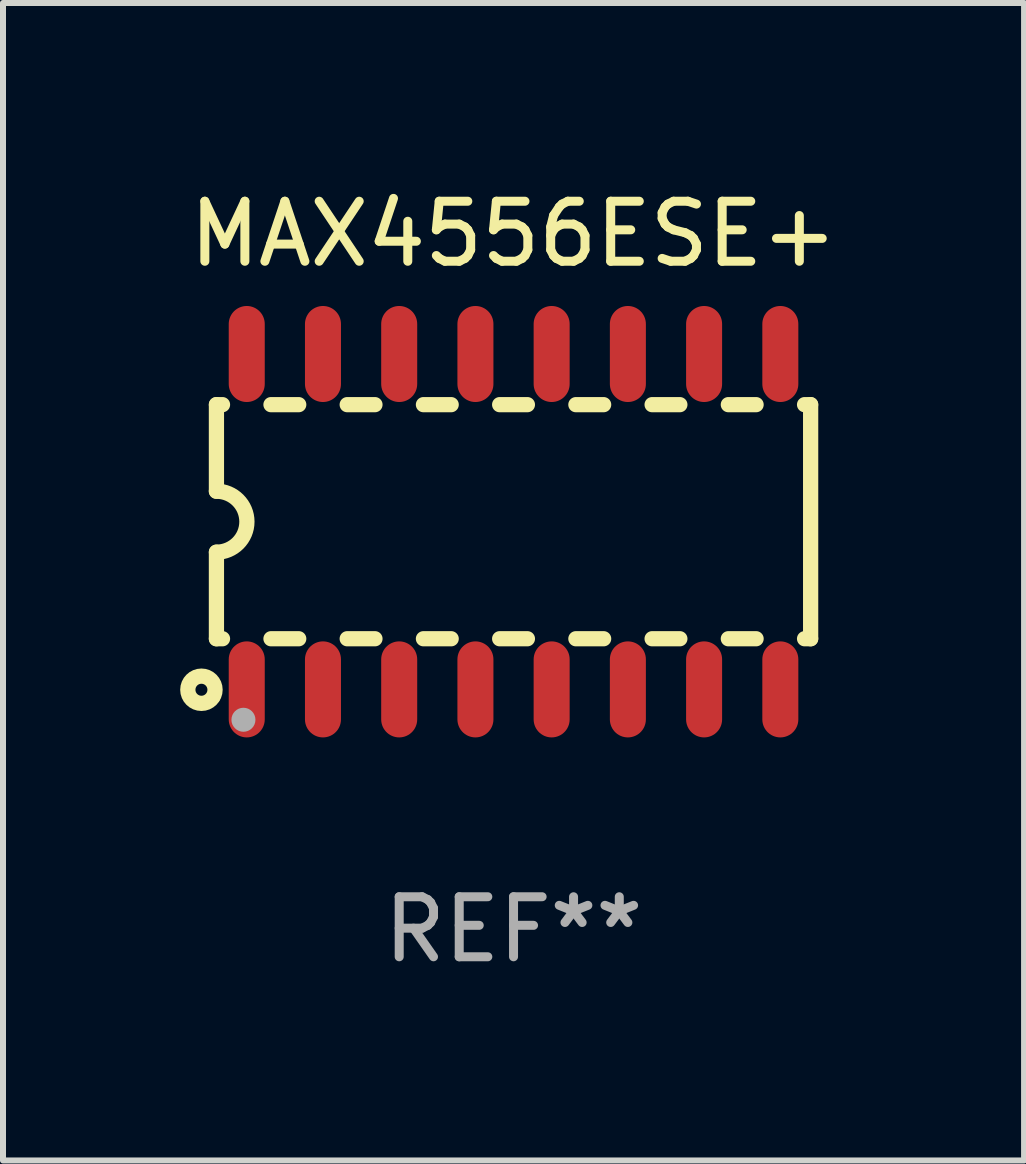
<source format=kicad_pcb>
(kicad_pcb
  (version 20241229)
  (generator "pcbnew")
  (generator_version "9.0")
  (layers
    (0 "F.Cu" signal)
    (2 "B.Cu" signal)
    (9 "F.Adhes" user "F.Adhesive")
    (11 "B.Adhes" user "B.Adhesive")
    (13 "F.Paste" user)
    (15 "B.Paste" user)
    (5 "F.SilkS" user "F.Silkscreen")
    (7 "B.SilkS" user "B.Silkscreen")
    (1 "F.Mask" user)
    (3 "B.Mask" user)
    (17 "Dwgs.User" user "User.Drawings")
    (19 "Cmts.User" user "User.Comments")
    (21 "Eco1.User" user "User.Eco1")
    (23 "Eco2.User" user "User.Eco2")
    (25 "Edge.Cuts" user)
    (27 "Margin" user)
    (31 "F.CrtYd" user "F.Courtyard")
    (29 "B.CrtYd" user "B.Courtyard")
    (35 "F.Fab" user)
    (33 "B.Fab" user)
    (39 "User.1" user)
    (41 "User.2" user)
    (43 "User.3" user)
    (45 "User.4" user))
  (footprint "MAX4556ESE+"
    (layer "F.Cu")
    (at 5.506 5.642)
    (property "Reference" "MAX4556ESE+" (at 0 -4.794 0) (layer "F.SilkS") (effects (font (size 1 1) (thickness 0.15))))
    (attr through_hole)
    (fp_line (start -4.95 -1.95) (end -4.95 -0.508) (stroke (width 0.254) (type solid)) (layer "F.SilkS"))
    (fp_line (start -4.95 -1.95) (end -4.849 -1.95) (stroke (width 0.254) (type solid)) (layer "F.SilkS"))
    (fp_line (start -4.95 1.95) (end -4.95 0.508) (stroke (width 0.254) (type solid)) (layer "F.SilkS"))
    (fp_line (start -4.95 1.95) (end -4.849 1.95) (stroke (width 0.254) (type solid)) (layer "F.SilkS"))
    (fp_line (start -4.041 -1.95) (end -3.579 -1.95) (stroke (width 0.254) (type solid)) (layer "F.SilkS"))
    (fp_line (start -4.041 1.95) (end -3.579 1.95) (stroke (width 0.254) (type solid)) (layer "F.SilkS"))
    (fp_line (start -2.771 -1.95) (end -2.309 -1.95) (stroke (width 0.254) (type solid)) (layer "F.SilkS"))
    (fp_line (start -2.771 1.95) (end -2.309 1.95) (stroke (width 0.254) (type solid)) (layer "F.SilkS"))
    (fp_line (start -1.501 -1.95) (end -1.039 -1.95) (stroke (width 0.254) (type solid)) (layer "F.SilkS"))
    (fp_line (start -1.501 1.95) (end -1.039 1.95) (stroke (width 0.254) (type solid)) (layer "F.SilkS"))
    (fp_line (start -0.231 -1.95) (end 0.231 -1.95) (stroke (width 0.254) (type solid)) (layer "F.SilkS"))
    (fp_line (start -0.231 1.95) (end 0.231 1.95) (stroke (width 0.254) (type solid)) (layer "F.SilkS"))
    (fp_line (start 1.039 -1.95) (end 1.501 -1.95) (stroke (width 0.254) (type solid)) (layer "F.SilkS"))
    (fp_line (start 1.039 1.95) (end 1.501 1.95) (stroke (width 0.254) (type solid)) (layer "F.SilkS"))
    (fp_line (start 2.309 -1.95) (end 2.771 -1.95) (stroke (width 0.254) (type solid)) (layer "F.SilkS"))
    (fp_line (start 2.309 1.95) (end 2.771 1.95) (stroke (width 0.254) (type solid)) (layer "F.SilkS"))
    (fp_line (start 3.579 -1.95) (end 4.041 -1.95) (stroke (width 0.254) (type solid)) (layer "F.SilkS"))
    (fp_line (start 3.579 1.95) (end 4.041 1.95) (stroke (width 0.254) (type solid)) (layer "F.SilkS"))
    (fp_line (start 4.849 -1.95) (end 4.95 -1.95) (stroke (width 0.254) (type solid)) (layer "F.SilkS"))
    (fp_line (start 4.849 1.95) (end 4.95 1.95) (stroke (width 0.254) (type solid)) (layer "F.SilkS"))
    (fp_line (start 4.95 -1.95) (end 4.95 1.95) (stroke (width 0.254) (type solid)) (layer "F.SilkS"))
    (fp_arc (start -4.95047 -0.508001) (mid -4.442469 -0.000228) (end -4.950013 0.508001) (stroke (width 0.254001) (type solid)) (layer "F.SilkS"))
    (fp_circle (center -5.2 2.8) (end -5.1 2.8) (stroke (width 0.254) (type solid)) (fill no) (layer "F.SilkS"))
    (fp_circle (center -4.95 2.947) (end -4.92 2.947) (stroke (width 0.06) (type solid)) (fill no) (layer "F.SilkS"))
    (fp_circle (center -4.5 3.3) (end -4.4 3.3) (stroke (width 0.2) (type solid)) (fill no) (layer "F.Fab"))
    (fp_text user "REF**" (at 0 6.794 0) (layer "F.Fab") (effects (font (size 1 1) (thickness 0.15))))
    (pad "1" smd oval (at -4.445 2.794) (size 0.6 1.6) (layers "F.Cu" "F.Mask" "F.Paste"))
    (pad "2" smd oval (at -3.175 2.794) (size 0.6 1.6) (layers "F.Cu" "F.Mask" "F.Paste"))
    (pad "3" smd oval (at -1.905 2.794) (size 0.6 1.6) (layers "F.Cu" "F.Mask" "F.Paste"))
    (pad "4" smd oval (at -0.635 2.794) (size 0.6 1.6) (layers "F.Cu" "F.Mask" "F.Paste"))
    (pad "5" smd oval (at 0.635 2.794) (size 0.6 1.6) (layers "F.Cu" "F.Mask" "F.Paste"))
    (pad "6" smd oval (at 1.905 2.794) (size 0.6 1.6) (layers "F.Cu" "F.Mask" "F.Paste"))
    (pad "7" smd oval (at 3.175 2.794) (size 0.6 1.6) (layers "F.Cu" "F.Mask" "F.Paste"))
    (pad "8" smd oval (at 4.445 2.794) (size 0.6 1.6) (layers "F.Cu" "F.Mask" "F.Paste"))
    (pad "9" smd oval (at 4.445 -2.794) (size 0.6 1.6) (layers "F.Cu" "F.Mask" "F.Paste"))
    (pad "10" smd oval (at 3.175 -2.794) (size 0.6 1.6) (layers "F.Cu" "F.Mask" "F.Paste"))
    (pad "11" smd oval (at 1.905 -2.794) (size 0.6 1.6) (layers "F.Cu" "F.Mask" "F.Paste"))
    (pad "12" smd oval (at 0.635 -2.794) (size 0.6 1.6) (layers "F.Cu" "F.Mask" "F.Paste"))
    (pad "13" smd oval (at -0.635 -2.794) (size 0.6 1.6) (layers "F.Cu" "F.Mask" "F.Paste"))
    (pad "14" smd oval (at -1.905 -2.794) (size 0.6 1.6) (layers "F.Cu" "F.Mask" "F.Paste"))
    (pad "15" smd oval (at -3.175 -2.794) (size 0.6 1.6) (layers "F.Cu" "F.Mask" "F.Paste"))
    (pad "16" smd oval (at -4.445 -2.794) (size 0.6 1.6) (layers "F.Cu" "F.Mask" "F.Paste")))
  (gr_rect
    (start -3 -3)
    (end 14.012 16.285)
    (stroke (width 0.1) (type default))
    (fill no)
    (layer "Edge.Cuts")))
</source>
